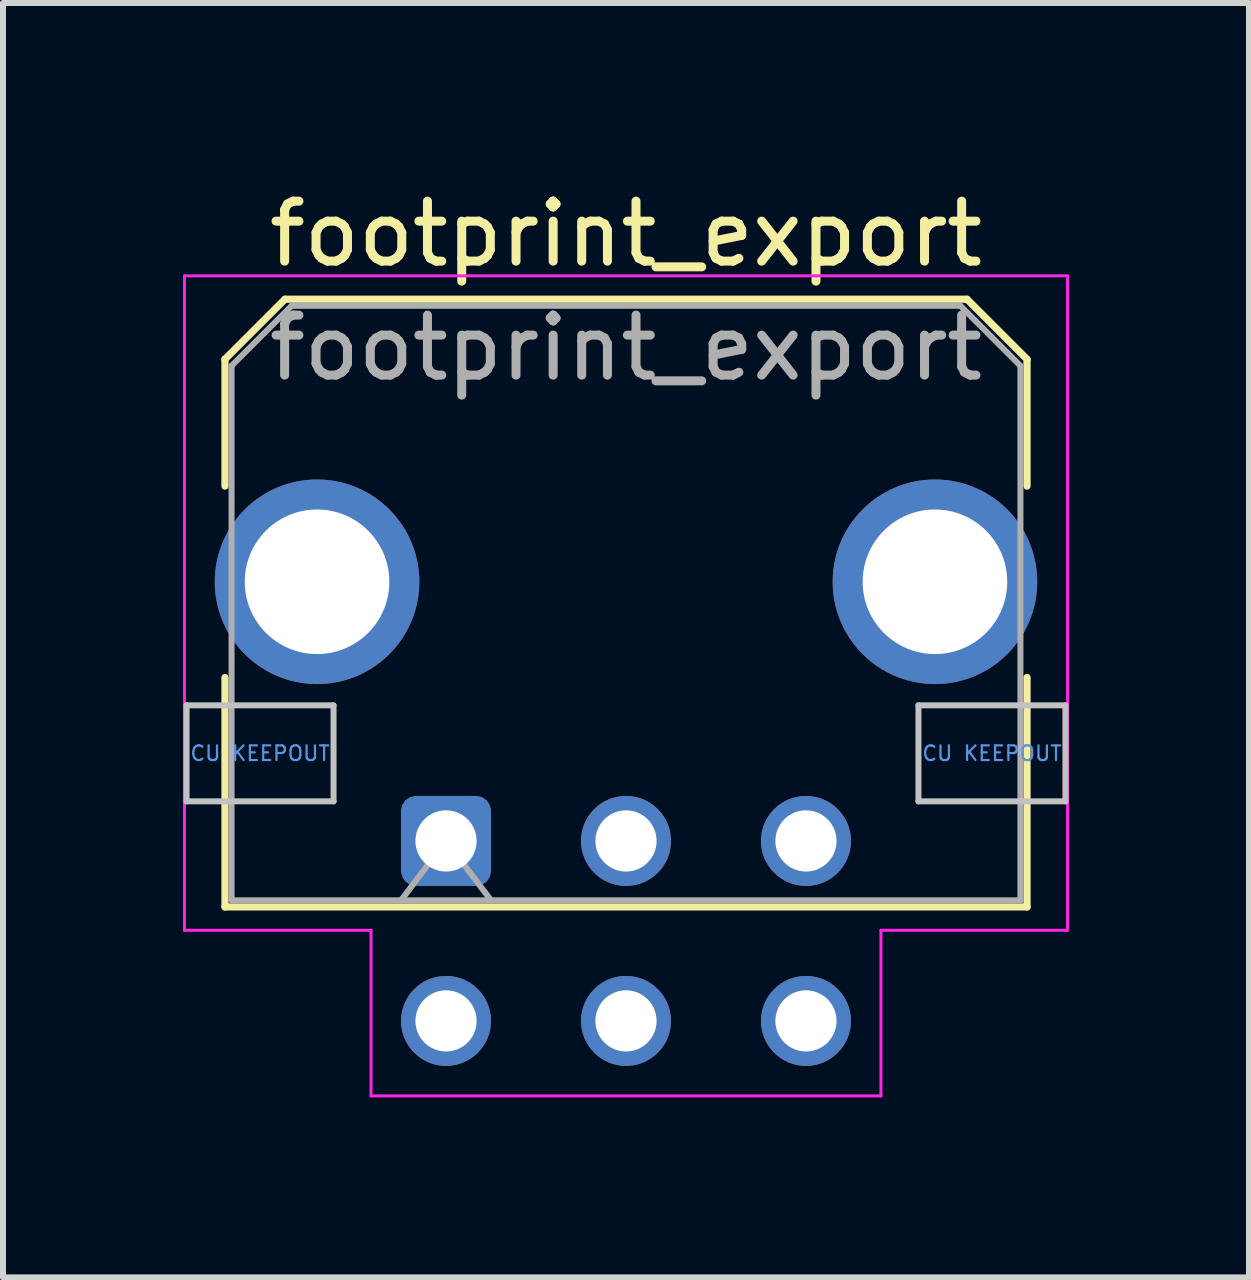
<source format=kicad_pcb>
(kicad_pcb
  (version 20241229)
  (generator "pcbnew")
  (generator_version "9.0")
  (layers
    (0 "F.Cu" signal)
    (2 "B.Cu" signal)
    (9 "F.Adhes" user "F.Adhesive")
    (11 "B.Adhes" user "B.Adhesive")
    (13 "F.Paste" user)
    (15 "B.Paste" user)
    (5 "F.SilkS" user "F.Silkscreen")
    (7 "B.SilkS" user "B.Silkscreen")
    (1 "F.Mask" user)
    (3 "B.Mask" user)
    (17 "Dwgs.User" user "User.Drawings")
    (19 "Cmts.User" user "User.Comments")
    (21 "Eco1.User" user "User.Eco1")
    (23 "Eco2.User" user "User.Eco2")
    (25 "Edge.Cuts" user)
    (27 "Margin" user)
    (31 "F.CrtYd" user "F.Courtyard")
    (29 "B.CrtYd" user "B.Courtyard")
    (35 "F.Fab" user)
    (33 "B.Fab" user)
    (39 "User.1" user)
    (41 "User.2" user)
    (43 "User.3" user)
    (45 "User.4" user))
  (footprint "footprint_export"
    (layer "F.Cu")
    (at 4.385 10.968)
    (property "Reference" "footprint_export" (at 3 -10.12 0) (layer "F.SilkS") (effects (font (size 1 1) (thickness 0.15))))
    (attr through_hole)
    (fp_line (start -3.685 -8.03) (end -2.685 -9.03) (stroke (width 0.12) (type solid)) (layer "F.SilkS"))
    (fp_line (start -3.685 -5.915) (end -3.685 -8.03) (stroke (width 0.12) (type solid)) (layer "F.SilkS"))
    (fp_line (start -3.685 -2.725) (end -3.685 1.1) (stroke (width 0.12) (type solid)) (layer "F.SilkS"))
    (fp_line (start -3.685 1.1) (end 9.685 1.1) (stroke (width 0.12) (type solid)) (layer "F.SilkS"))
    (fp_line (start -2.685 -9.03) (end 8.685 -9.03) (stroke (width 0.12) (type solid)) (layer "F.SilkS"))
    (fp_line (start 8.685 -9.03) (end 9.685 -8.03) (stroke (width 0.12) (type solid)) (layer "F.SilkS"))
    (fp_line (start 9.685 -8.03) (end 9.685 -5.915) (stroke (width 0.12) (type solid)) (layer "F.SilkS"))
    (fp_line (start 9.685 1.1) (end 9.685 -2.725) (stroke (width 0.12) (type solid)) (layer "F.SilkS"))
    (fp_line (start -4.325 -2.26) (end -4.325 -0.66) (stroke (width 0.1) (type solid)) (layer "Dwgs.User"))
    (fp_line (start -4.325 -0.66) (end -1.875 -0.66) (stroke (width 0.1) (type solid)) (layer "Dwgs.User"))
    (fp_line (start -1.875 -2.26) (end -4.325 -2.26) (stroke (width 0.1) (type solid)) (layer "Dwgs.User"))
    (fp_line (start -1.875 -0.66) (end -1.875 -2.26) (stroke (width 0.1) (type solid)) (layer "Dwgs.User"))
    (fp_line (start 7.875 -2.26) (end 7.875 -0.66) (stroke (width 0.1) (type solid)) (layer "Dwgs.User"))
    (fp_line (start 7.875 -0.66) (end 10.325 -0.66) (stroke (width 0.1) (type solid)) (layer "Dwgs.User"))
    (fp_line (start 10.325 -2.26) (end 7.875 -2.26) (stroke (width 0.1) (type solid)) (layer "Dwgs.User"))
    (fp_line (start 10.325 -0.66) (end 10.325 -2.26) (stroke (width 0.1) (type solid)) (layer "Dwgs.User"))
    (fp_line (start -4.36 -9.42) (end 10.36 -9.42) (stroke (width 0.05) (type solid)) (layer "F.CrtYd"))
    (fp_line (start -4.36 1.49) (end -4.36 -9.42) (stroke (width 0.05) (type solid)) (layer "F.CrtYd"))
    (fp_line (start -1.25 1.49) (end -4.36 1.49) (stroke (width 0.05) (type solid)) (layer "F.CrtYd"))
    (fp_line (start -1.25 4.25) (end -1.25 1.49) (stroke (width 0.05) (type solid)) (layer "F.CrtYd"))
    (fp_line (start 7.25 1.49) (end 7.25 4.25) (stroke (width 0.05) (type solid)) (layer "F.CrtYd"))
    (fp_line (start 7.25 4.25) (end -1.25 4.25) (stroke (width 0.05) (type solid)) (layer "F.CrtYd"))
    (fp_line (start 10.36 -9.42) (end 10.36 1.49) (stroke (width 0.05) (type solid)) (layer "F.CrtYd"))
    (fp_line (start 10.36 1.49) (end 7.25 1.49) (stroke (width 0.05) (type solid)) (layer "F.CrtYd"))
    (fp_line (start -3.575 -7.92) (end -2.575 -8.92) (stroke (width 0.1) (type solid)) (layer "F.Fab"))
    (fp_line (start -3.575 0.99) (end -3.575 -7.92) (stroke (width 0.1) (type solid)) (layer "F.Fab"))
    (fp_line (start -2.575 -8.92) (end 8.575 -8.92) (stroke (width 0.1) (type solid)) (layer "F.Fab"))
    (fp_line (start -0.75 0.99) (end 0 0) (stroke (width 0.1) (type solid)) (layer "F.Fab"))
    (fp_line (start 0 0) (end 0.75 0.99) (stroke (width 0.1) (type solid)) (layer "F.Fab"))
    (fp_line (start 8.575 -8.92) (end 9.575 -7.92) (stroke (width 0.1) (type solid)) (layer "F.Fab"))
    (fp_line (start 9.575 -7.92) (end 9.575 0.99) (stroke (width 0.1) (type solid)) (layer "F.Fab"))
    (fp_line (start 9.575 0.99) (end -3.575 0.99) (stroke (width 0.1) (type solid)) (layer "F.Fab"))
    (fp_text user "CU KEEPOUT" (at -3.1 -1.46 0) (layer "Cmts.User") (effects (font (size 0.245 0.245) (thickness 0.037))))
    (fp_text user "CU KEEPOUT" (at 9.1 -1.46 0) (layer "Cmts.User") (effects (font (size 0.245 0.245) (thickness 0.037))))
    (fp_text user "${REFERENCE}" (at 3 -8.22 0) (layer "F.Fab") (effects (font (size 1 1) (thickness 0.15))))
    (pad "1" thru_hole roundrect (at 0 0) (size 1.5 1.5) (drill 1.02) (layers "*.Cu" "*.Mask") (roundrect_rratio 0.167))
    (pad "2" thru_hole circle (at 3 0) (size 1.5 1.5) (drill 1.02) (layers "*.Cu" "*.Mask"))
    (pad "3" thru_hole circle (at 6 0) (size 1.5 1.5) (drill 1.02) (layers "*.Cu" "*.Mask"))
    (pad "4" thru_hole circle (at 0 3) (size 1.5 1.5) (drill 1.02) (layers "*.Cu" "*.Mask"))
    (pad "5" thru_hole circle (at 3 3) (size 1.5 1.5) (drill 1.02) (layers "*.Cu" "*.Mask"))
    (pad "6" thru_hole circle (at 6 3) (size 1.5 1.5) (drill 1.02) (layers "*.Cu" "*.Mask"))
    (pad "MP" thru_hole circle (at -2.15 -4.32) (size 3.41 3.41) (drill 2.41) (layers "*.Cu" "*.Mask"))
    (pad "MP" thru_hole circle (at 8.15 -4.32) (size 3.41 3.41) (drill 2.41) (layers "*.Cu" "*.Mask")))
  (gr_rect
    (start -3 -3)
    (end 17.77 18.243)
    (stroke (width 0.1) (type default))
    (fill no)
    (layer "Edge.Cuts")))
</source>
